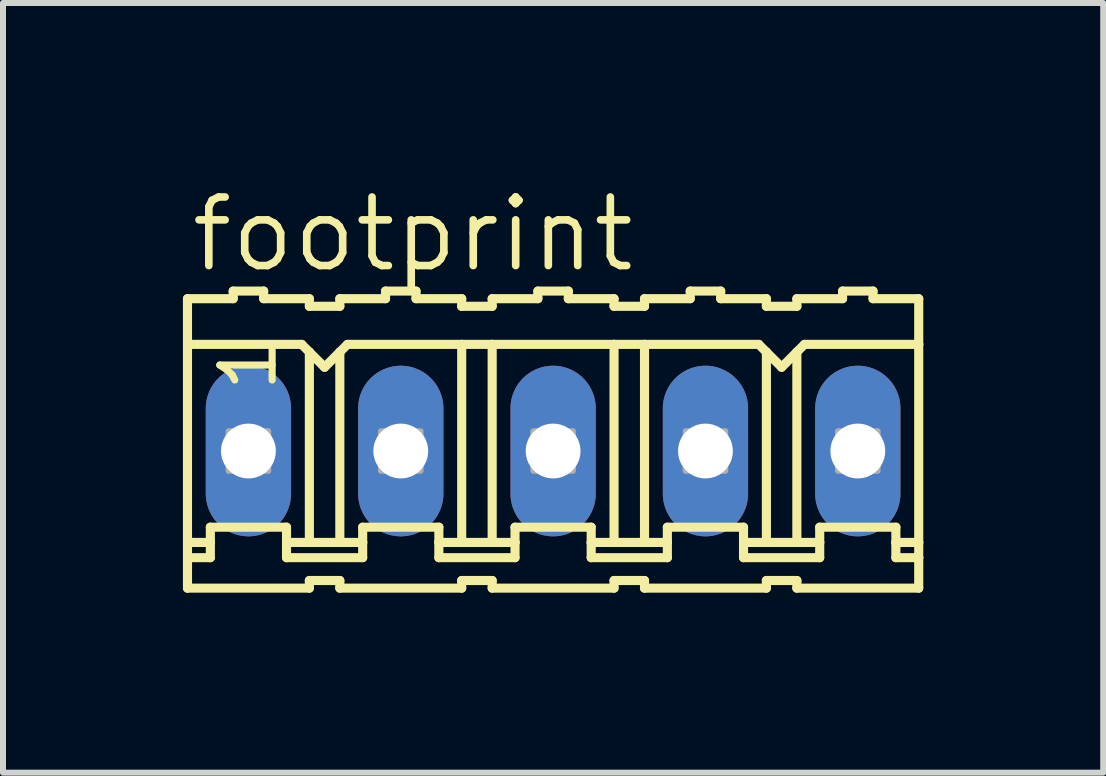
<source format=kicad_pcb>
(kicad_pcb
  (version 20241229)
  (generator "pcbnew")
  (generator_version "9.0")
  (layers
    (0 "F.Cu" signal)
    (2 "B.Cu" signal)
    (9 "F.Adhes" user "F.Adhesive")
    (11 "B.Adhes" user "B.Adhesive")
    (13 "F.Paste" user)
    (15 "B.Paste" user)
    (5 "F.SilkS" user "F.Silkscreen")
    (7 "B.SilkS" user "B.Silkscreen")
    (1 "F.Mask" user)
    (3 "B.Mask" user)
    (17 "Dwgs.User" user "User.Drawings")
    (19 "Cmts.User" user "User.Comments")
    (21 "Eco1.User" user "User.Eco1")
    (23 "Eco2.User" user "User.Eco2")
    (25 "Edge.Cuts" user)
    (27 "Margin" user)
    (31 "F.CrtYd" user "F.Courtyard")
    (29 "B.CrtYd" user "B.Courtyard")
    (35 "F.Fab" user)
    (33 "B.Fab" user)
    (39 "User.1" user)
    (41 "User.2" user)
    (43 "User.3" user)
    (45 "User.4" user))
  (footprint "footprint"
    (layer "F.Cu")
    (at 6.172 4.47)
    (property "Reference" "footprint" (at -6.096 -2.946 0) (layer "F.SilkS") (effects (font (size 1.143 1.143) (thickness 0.127)) (justify left bottom)))
    (fp_line (start -6.096 -2.54) (end -6.096 -1.778) (stroke (width 0.152) (type solid)) (layer "F.SilkS"))
    (fp_line (start -6.096 -2.54) (end -5.334 -2.54) (stroke (width 0.152) (type solid)) (layer "F.SilkS"))
    (fp_line (start -6.096 -1.778) (end -6.096 1.524) (stroke (width 0.152) (type solid)) (layer "F.SilkS"))
    (fp_line (start -6.096 1.524) (end -6.096 1.778) (stroke (width 0.152) (type solid)) (layer "F.SilkS"))
    (fp_line (start -6.096 1.778) (end -6.096 2.286) (stroke (width 0.152) (type solid)) (layer "F.SilkS"))
    (fp_line (start -6.096 1.778) (end -5.715 1.778) (stroke (width 0.152) (type solid)) (layer "F.SilkS"))
    (fp_line (start -5.715 1.27) (end -4.445 1.27) (stroke (width 0.152) (type solid)) (layer "F.SilkS"))
    (fp_line (start -5.715 1.524) (end -6.096 1.524) (stroke (width 0.152) (type solid)) (layer "F.SilkS"))
    (fp_line (start -5.715 1.524) (end -5.715 1.27) (stroke (width 0.152) (type solid)) (layer "F.SilkS"))
    (fp_line (start -5.715 1.778) (end -5.715 1.524) (stroke (width 0.152) (type solid)) (layer "F.SilkS"))
    (fp_line (start -5.334 -2.54) (end -5.334 -2.667) (stroke (width 0.152) (type solid)) (layer "F.SilkS"))
    (fp_line (start -4.826 -2.667) (end -5.334 -2.667) (stroke (width 0.152) (type solid)) (layer "F.SilkS"))
    (fp_line (start -4.826 -2.54) (end -4.826 -2.667) (stroke (width 0.152) (type solid)) (layer "F.SilkS"))
    (fp_line (start -4.445 1.524) (end -4.445 1.27) (stroke (width 0.152) (type solid)) (layer "F.SilkS"))
    (fp_line (start -4.445 1.524) (end -4.064 1.524) (stroke (width 0.152) (type solid)) (layer "F.SilkS"))
    (fp_line (start -4.445 1.778) (end -4.445 1.524) (stroke (width 0.152) (type solid)) (layer "F.SilkS"))
    (fp_line (start -4.191 -1.778) (end -6.096 -1.778) (stroke (width 0.152) (type solid)) (layer "F.SilkS"))
    (fp_line (start -4.191 -1.778) (end -4.064 -1.651) (stroke (width 0.152) (type solid)) (layer "F.SilkS"))
    (fp_line (start -4.064 -2.54) (end -4.826 -2.54) (stroke (width 0.152) (type solid)) (layer "F.SilkS"))
    (fp_line (start -4.064 -2.413) (end -4.064 -2.54) (stroke (width 0.152) (type solid)) (layer "F.SilkS"))
    (fp_line (start -4.064 -2.413) (end -3.556 -2.413) (stroke (width 0.152) (type solid)) (layer "F.SilkS"))
    (fp_line (start -4.064 -1.651) (end -4.064 1.524) (stroke (width 0.152) (type solid)) (layer "F.SilkS"))
    (fp_line (start -4.064 -1.651) (end -3.81 -1.397) (stroke (width 0.152) (type solid)) (layer "F.SilkS"))
    (fp_line (start -4.064 1.524) (end -3.556 1.524) (stroke (width 0.152) (type solid)) (layer "F.SilkS"))
    (fp_line (start -4.064 2.159) (end -4.064 2.286) (stroke (width 0.152) (type solid)) (layer "F.SilkS"))
    (fp_line (start -4.064 2.286) (end -6.096 2.286) (stroke (width 0.152) (type solid)) (layer "F.SilkS"))
    (fp_line (start -3.81 -1.397) (end -3.556 -1.651) (stroke (width 0.152) (type solid)) (layer "F.SilkS"))
    (fp_line (start -3.556 -2.54) (end -2.794 -2.54) (stroke (width 0.152) (type solid)) (layer "F.SilkS"))
    (fp_line (start -3.556 -2.413) (end -3.556 -2.54) (stroke (width 0.152) (type solid)) (layer "F.SilkS"))
    (fp_line (start -3.556 -1.651) (end -3.556 1.524) (stroke (width 0.152) (type solid)) (layer "F.SilkS"))
    (fp_line (start -3.556 -1.651) (end -3.429 -1.778) (stroke (width 0.152) (type solid)) (layer "F.SilkS"))
    (fp_line (start -3.556 1.524) (end -3.175 1.524) (stroke (width 0.152) (type solid)) (layer "F.SilkS"))
    (fp_line (start -3.556 2.159) (end -4.064 2.159) (stroke (width 0.152) (type solid)) (layer "F.SilkS"))
    (fp_line (start -3.556 2.159) (end -3.556 2.286) (stroke (width 0.152) (type solid)) (layer "F.SilkS"))
    (fp_line (start -3.556 2.286) (end -1.524 2.286) (stroke (width 0.152) (type solid)) (layer "F.SilkS"))
    (fp_line (start -3.429 -1.778) (end -1.524 -1.778) (stroke (width 0.152) (type solid)) (layer "F.SilkS"))
    (fp_line (start -3.175 1.27) (end -1.905 1.27) (stroke (width 0.152) (type solid)) (layer "F.SilkS"))
    (fp_line (start -3.175 1.524) (end -3.175 1.27) (stroke (width 0.152) (type solid)) (layer "F.SilkS"))
    (fp_line (start -3.175 1.778) (end -4.445 1.778) (stroke (width 0.152) (type solid)) (layer "F.SilkS"))
    (fp_line (start -3.175 1.778) (end -3.175 1.524) (stroke (width 0.152) (type solid)) (layer "F.SilkS"))
    (fp_line (start -2.794 -2.54) (end -2.794 -2.667) (stroke (width 0.152) (type solid)) (layer "F.SilkS"))
    (fp_line (start -2.286 -2.667) (end -2.794 -2.667) (stroke (width 0.152) (type solid)) (layer "F.SilkS"))
    (fp_line (start -2.286 -2.54) (end -2.286 -2.667) (stroke (width 0.152) (type solid)) (layer "F.SilkS"))
    (fp_line (start -2.286 -2.54) (end -1.524 -2.54) (stroke (width 0.152) (type solid)) (layer "F.SilkS"))
    (fp_line (start -1.905 1.524) (end -1.905 1.27) (stroke (width 0.152) (type solid)) (layer "F.SilkS"))
    (fp_line (start -1.905 1.524) (end -1.524 1.524) (stroke (width 0.152) (type solid)) (layer "F.SilkS"))
    (fp_line (start -1.905 1.778) (end -1.905 1.524) (stroke (width 0.152) (type solid)) (layer "F.SilkS"))
    (fp_line (start -1.905 1.778) (end -0.635 1.778) (stroke (width 0.152) (type solid)) (layer "F.SilkS"))
    (fp_line (start -1.524 -2.413) (end -1.524 -2.54) (stroke (width 0.152) (type solid)) (layer "F.SilkS"))
    (fp_line (start -1.524 -1.778) (end -1.524 1.524) (stroke (width 0.152) (type solid)) (layer "F.SilkS"))
    (fp_line (start -1.524 -1.778) (end -1.016 -1.778) (stroke (width 0.152) (type solid)) (layer "F.SilkS"))
    (fp_line (start -1.524 1.524) (end -1.016 1.524) (stroke (width 0.152) (type solid)) (layer "F.SilkS"))
    (fp_line (start -1.524 2.159) (end -1.524 2.286) (stroke (width 0.152) (type solid)) (layer "F.SilkS"))
    (fp_line (start -1.016 -2.54) (end -0.254 -2.54) (stroke (width 0.152) (type solid)) (layer "F.SilkS"))
    (fp_line (start -1.016 -2.413) (end -1.524 -2.413) (stroke (width 0.152) (type solid)) (layer "F.SilkS"))
    (fp_line (start -1.016 -2.413) (end -1.016 -2.54) (stroke (width 0.152) (type solid)) (layer "F.SilkS"))
    (fp_line (start -1.016 -1.778) (end -1.016 1.524) (stroke (width 0.152) (type solid)) (layer "F.SilkS"))
    (fp_line (start -1.016 -1.778) (end 1.016 -1.778) (stroke (width 0.152) (type solid)) (layer "F.SilkS"))
    (fp_line (start -1.016 1.524) (end -0.635 1.524) (stroke (width 0.152) (type solid)) (layer "F.SilkS"))
    (fp_line (start -1.016 2.159) (end -1.524 2.159) (stroke (width 0.152) (type solid)) (layer "F.SilkS"))
    (fp_line (start -1.016 2.159) (end -1.016 2.286) (stroke (width 0.152) (type solid)) (layer "F.SilkS"))
    (fp_line (start -0.635 1.27) (end 0.635 1.27) (stroke (width 0.152) (type solid)) (layer "F.SilkS"))
    (fp_line (start -0.635 1.524) (end -0.635 1.27) (stroke (width 0.152) (type solid)) (layer "F.SilkS"))
    (fp_line (start -0.635 1.778) (end -0.635 1.524) (stroke (width 0.152) (type solid)) (layer "F.SilkS"))
    (fp_line (start -0.254 -2.54) (end -0.254 -2.667) (stroke (width 0.152) (type solid)) (layer "F.SilkS"))
    (fp_line (start 0.254 -2.667) (end -0.254 -2.667) (stroke (width 0.152) (type solid)) (layer "F.SilkS"))
    (fp_line (start 0.254 -2.54) (end 0.254 -2.667) (stroke (width 0.152) (type solid)) (layer "F.SilkS"))
    (fp_line (start 0.254 -2.54) (end 1.016 -2.54) (stroke (width 0.152) (type solid)) (layer "F.SilkS"))
    (fp_line (start 0.635 1.524) (end 0.635 1.27) (stroke (width 0.152) (type solid)) (layer "F.SilkS"))
    (fp_line (start 0.635 1.524) (end 1.016 1.524) (stroke (width 0.152) (type solid)) (layer "F.SilkS"))
    (fp_line (start 0.635 1.778) (end 0.635 1.524) (stroke (width 0.152) (type solid)) (layer "F.SilkS"))
    (fp_line (start 1.016 -2.54) (end 1.016 -2.413) (stroke (width 0.152) (type solid)) (layer "F.SilkS"))
    (fp_line (start 1.016 -1.778) (end 1.016 1.524) (stroke (width 0.152) (type solid)) (layer "F.SilkS"))
    (fp_line (start 1.016 2.159) (end 1.016 2.286) (stroke (width 0.152) (type solid)) (layer "F.SilkS"))
    (fp_line (start 1.016 2.286) (end -1.016 2.286) (stroke (width 0.152) (type solid)) (layer "F.SilkS"))
    (fp_line (start 1.524 -2.54) (end 1.524 -2.413) (stroke (width 0.152) (type solid)) (layer "F.SilkS"))
    (fp_line (start 1.524 -2.54) (end 2.286 -2.54) (stroke (width 0.152) (type solid)) (layer "F.SilkS"))
    (fp_line (start 1.524 -2.413) (end 1.016 -2.413) (stroke (width 0.152) (type solid)) (layer "F.SilkS"))
    (fp_line (start 1.524 -1.778) (end 1.016 -1.778) (stroke (width 0.152) (type solid)) (layer "F.SilkS"))
    (fp_line (start 1.524 -1.778) (end 1.524 1.524) (stroke (width 0.152) (type solid)) (layer "F.SilkS"))
    (fp_line (start 1.524 -1.778) (end 3.429 -1.778) (stroke (width 0.152) (type solid)) (layer "F.SilkS"))
    (fp_line (start 1.524 1.524) (end 1.016 1.524) (stroke (width 0.152) (type solid)) (layer "F.SilkS"))
    (fp_line (start 1.524 2.159) (end 1.016 2.159) (stroke (width 0.152) (type solid)) (layer "F.SilkS"))
    (fp_line (start 1.524 2.159) (end 1.524 2.286) (stroke (width 0.152) (type solid)) (layer "F.SilkS"))
    (fp_line (start 1.524 2.286) (end 3.556 2.286) (stroke (width 0.152) (type solid)) (layer "F.SilkS"))
    (fp_line (start 1.905 1.27) (end 3.175 1.27) (stroke (width 0.152) (type solid)) (layer "F.SilkS"))
    (fp_line (start 1.905 1.524) (end 1.524 1.524) (stroke (width 0.152) (type solid)) (layer "F.SilkS"))
    (fp_line (start 1.905 1.524) (end 1.905 1.27) (stroke (width 0.152) (type solid)) (layer "F.SilkS"))
    (fp_line (start 1.905 1.778) (end 0.635 1.778) (stroke (width 0.152) (type solid)) (layer "F.SilkS"))
    (fp_line (start 1.905 1.778) (end 1.905 1.524) (stroke (width 0.152) (type solid)) (layer "F.SilkS"))
    (fp_line (start 2.286 -2.54) (end 2.286 -2.667) (stroke (width 0.152) (type solid)) (layer "F.SilkS"))
    (fp_line (start 2.794 -2.667) (end 2.286 -2.667) (stroke (width 0.152) (type solid)) (layer "F.SilkS"))
    (fp_line (start 2.794 -2.54) (end 2.794 -2.667) (stroke (width 0.152) (type solid)) (layer "F.SilkS"))
    (fp_line (start 2.794 -2.54) (end 3.556 -2.54) (stroke (width 0.152) (type solid)) (layer "F.SilkS"))
    (fp_line (start 3.175 1.524) (end 3.175 1.27) (stroke (width 0.152) (type solid)) (layer "F.SilkS"))
    (fp_line (start 3.175 1.524) (end 3.556 1.524) (stroke (width 0.152) (type solid)) (layer "F.SilkS"))
    (fp_line (start 3.175 1.778) (end 3.175 1.524) (stroke (width 0.152) (type solid)) (layer "F.SilkS"))
    (fp_line (start 3.175 1.778) (end 4.445 1.778) (stroke (width 0.152) (type solid)) (layer "F.SilkS"))
    (fp_line (start 3.429 -1.778) (end 3.556 -1.651) (stroke (width 0.152) (type solid)) (layer "F.SilkS"))
    (fp_line (start 3.556 -2.413) (end 3.556 -2.54) (stroke (width 0.152) (type solid)) (layer "F.SilkS"))
    (fp_line (start 3.556 -1.651) (end 3.556 1.524) (stroke (width 0.152) (type solid)) (layer "F.SilkS"))
    (fp_line (start 3.556 -1.651) (end 3.81 -1.397) (stroke (width 0.152) (type solid)) (layer "F.SilkS"))
    (fp_line (start 3.556 1.524) (end 4.064 1.524) (stroke (width 0.152) (type solid)) (layer "F.SilkS"))
    (fp_line (start 3.556 2.159) (end 3.556 2.286) (stroke (width 0.152) (type solid)) (layer "F.SilkS"))
    (fp_line (start 3.81 -1.397) (end 4.064 -1.651) (stroke (width 0.152) (type solid)) (layer "F.SilkS"))
    (fp_line (start 4.064 -2.54) (end 4.826 -2.54) (stroke (width 0.152) (type solid)) (layer "F.SilkS"))
    (fp_line (start 4.064 -2.413) (end 3.556 -2.413) (stroke (width 0.152) (type solid)) (layer "F.SilkS"))
    (fp_line (start 4.064 -2.413) (end 4.064 -2.54) (stroke (width 0.152) (type solid)) (layer "F.SilkS"))
    (fp_line (start 4.064 -1.651) (end 4.064 1.524) (stroke (width 0.152) (type solid)) (layer "F.SilkS"))
    (fp_line (start 4.064 -1.651) (end 4.191 -1.778) (stroke (width 0.152) (type solid)) (layer "F.SilkS"))
    (fp_line (start 4.064 1.524) (end 4.445 1.524) (stroke (width 0.152) (type solid)) (layer "F.SilkS"))
    (fp_line (start 4.064 2.159) (end 3.556 2.159) (stroke (width 0.152) (type solid)) (layer "F.SilkS"))
    (fp_line (start 4.064 2.159) (end 4.064 2.286) (stroke (width 0.152) (type solid)) (layer "F.SilkS"))
    (fp_line (start 4.191 -1.778) (end 6.096 -1.778) (stroke (width 0.152) (type solid)) (layer "F.SilkS"))
    (fp_line (start 4.445 1.27) (end 5.715 1.27) (stroke (width 0.152) (type solid)) (layer "F.SilkS"))
    (fp_line (start 4.445 1.524) (end 4.445 1.27) (stroke (width 0.152) (type solid)) (layer "F.SilkS"))
    (fp_line (start 4.445 1.778) (end 4.445 1.524) (stroke (width 0.152) (type solid)) (layer "F.SilkS"))
    (fp_line (start 4.826 -2.54) (end 4.826 -2.667) (stroke (width 0.152) (type solid)) (layer "F.SilkS"))
    (fp_line (start 5.334 -2.667) (end 4.826 -2.667) (stroke (width 0.152) (type solid)) (layer "F.SilkS"))
    (fp_line (start 5.334 -2.54) (end 5.334 -2.667) (stroke (width 0.152) (type solid)) (layer "F.SilkS"))
    (fp_line (start 5.334 -2.54) (end 6.096 -2.54) (stroke (width 0.152) (type solid)) (layer "F.SilkS"))
    (fp_line (start 5.715 1.524) (end 5.715 1.27) (stroke (width 0.152) (type solid)) (layer "F.SilkS"))
    (fp_line (start 5.715 1.524) (end 6.096 1.524) (stroke (width 0.152) (type solid)) (layer "F.SilkS"))
    (fp_line (start 5.715 1.778) (end 5.715 1.524) (stroke (width 0.152) (type solid)) (layer "F.SilkS"))
    (fp_line (start 6.096 -1.778) (end 6.096 -2.54) (stroke (width 0.152) (type solid)) (layer "F.SilkS"))
    (fp_line (start 6.096 -1.778) (end 6.096 1.524) (stroke (width 0.152) (type solid)) (layer "F.SilkS"))
    (fp_line (start 6.096 1.524) (end 6.096 1.778) (stroke (width 0.152) (type solid)) (layer "F.SilkS"))
    (fp_line (start 6.096 1.778) (end 5.715 1.778) (stroke (width 0.152) (type solid)) (layer "F.SilkS"))
    (fp_line (start 6.096 1.778) (end 6.096 2.286) (stroke (width 0.152) (type solid)) (layer "F.SilkS"))
    (fp_line (start 6.096 2.286) (end 4.064 2.286) (stroke (width 0.152) (type solid)) (layer "F.SilkS"))
    (fp_poly (pts (xy -5.41 0.33) (xy -4.75 0.33) (xy -4.75 -0.33) (xy -5.41 -0.33)) (stroke (width 0.1) (type solid)) (fill no) (layer "F.Fab"))
    (fp_poly (pts (xy -2.87 0.33) (xy -2.21 0.33) (xy -2.21 -0.33) (xy -2.87 -0.33)) (stroke (width 0.1) (type solid)) (fill no) (layer "F.Fab"))
    (fp_poly (pts (xy -0.33 0.33) (xy 0.33 0.33) (xy 0.33 -0.33) (xy -0.33 -0.33)) (stroke (width 0.1) (type solid)) (fill no) (layer "F.Fab"))
    (fp_poly (pts (xy 2.21 0.33) (xy 2.87 0.33) (xy 2.87 -0.33) (xy 2.21 -0.33)) (stroke (width 0.1) (type solid)) (fill no) (layer "F.Fab"))
    (fp_poly (pts (xy 4.75 0.33) (xy 5.41 0.33) (xy 5.41 -0.33) (xy 4.75 -0.33)) (stroke (width 0.1) (type solid)) (fill no) (layer "F.Fab"))
    (fp_text user "1" (at -4.572 -0.94 90) (layer "F.SilkS") (effects (font (size 0.872 0.872) (thickness 0.119)) (justify left bottom)))
    (pad "1" thru_hole oval (at -5.08 0 90) (size 2.845 1.422) (drill 0.914) (layers "*.Cu" "*.Mask"))
    (pad "2" thru_hole oval (at -2.54 0 90) (size 2.845 1.422) (drill 0.914) (layers "*.Cu" "*.Mask"))
    (pad "3" thru_hole oval (at 0 0 90) (size 2.845 1.422) (drill 0.914) (layers "*.Cu" "*.Mask"))
    (pad "4" thru_hole oval (at 2.54 0 90) (size 2.845 1.422) (drill 0.914) (layers "*.Cu" "*.Mask"))
    (pad "5" thru_hole oval (at 5.08 0 90) (size 2.845 1.422) (drill 0.914) (layers "*.Cu" "*.Mask")))
  (gr_rect
    (start -3 -3)
    (end 15.344 9.833)
    (stroke (width 0.1) (type default))
    (fill no)
    (layer "Edge.Cuts")))
</source>
